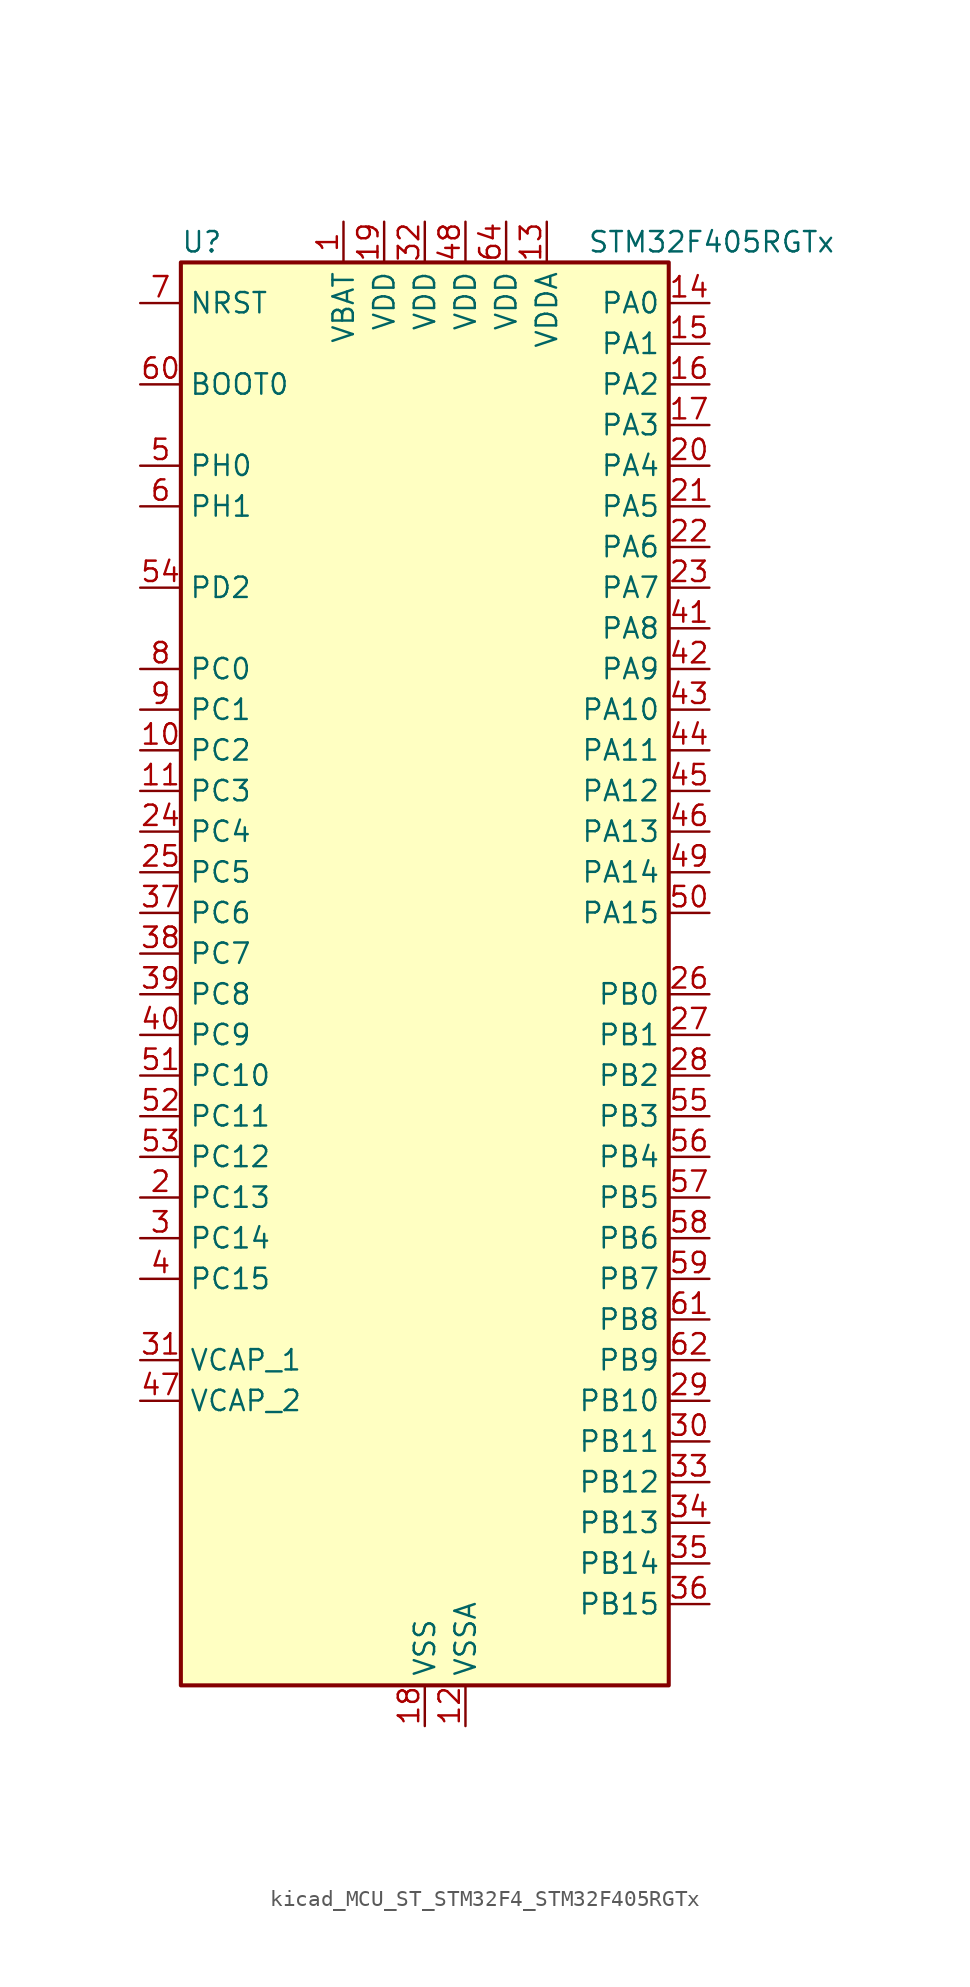
<source format=kicad_sym>
(kicad_symbol_lib
  (version 20220914)
  (generator kicad_symbol_editor)
  (symbol "kicad_MCU_ST_STM32F4_STM32F405RGTx"
    (property "Reference" "U"
      (at -15.24 46.99 0)
      (effects (font (size 1.27 1.27)) (justify left)))
    (property "Value" "STM32F405RGTx"
      (at 10.16 46.99 0)
      (effects (font (size 1.27 1.27)) (justify left)))
    (property "ki_locked" ""
      (at 0 0 0)
      (effects (font (size 1.27 1.27))))
    (symbol "kicad_MCU_ST_STM32F4_STM32F405RGTx_0_1"
      (rectangle (start -15.24 -43.18) (end 15.24 45.72) (stroke (width 0.254) (type default)) (fill (type background))))
    (symbol "kicad_MCU_ST_STM32F4_STM32F405RGTx_1_1"
      (pin power_in line (at -5.08 48.26 270) (length 2.54) (name "VBAT" (effects (font (size 1.27 1.27)))) (number "1" (effects (font (size 1.27 1.27)))))
      (pin bidirectional line (at -17.78 15.24 0) (length 2.54) (name "PC2" (effects (font (size 1.27 1.27)))) (number "10" (effects (font (size 1.27 1.27)))) (alternate "ADC1_IN12" bidirectional line) (alternate "ADC2_IN12" bidirectional line) (alternate "ADC3_IN12" bidirectional line) (alternate "I2S2_ext_SD" bidirectional line) (alternate "SPI2_MISO" bidirectional line) (alternate "USB_OTG_HS_ULPI_DIR" bidirectional line))
      (pin bidirectional line (at -17.78 12.7 0) (length 2.54) (name "PC3" (effects (font (size 1.27 1.27)))) (number "11" (effects (font (size 1.27 1.27)))) (alternate "ADC1_IN13" bidirectional line) (alternate "ADC2_IN13" bidirectional line) (alternate "ADC3_IN13" bidirectional line) (alternate "I2S2_SD" bidirectional line) (alternate "SPI2_MOSI" bidirectional line) (alternate "USB_OTG_HS_ULPI_NXT" bidirectional line))
      (pin power_in line (at 2.54 -45.72 90) (length 2.54) (name "VSSA" (effects (font (size 1.27 1.27)))) (number "12" (effects (font (size 1.27 1.27)))))
      (pin power_in line (at 7.62 48.26 270) (length 2.54) (name "VDDA" (effects (font (size 1.27 1.27)))) (number "13" (effects (font (size 1.27 1.27)))))
      (pin bidirectional line (at 17.78 43.18 180) (length 2.54) (name "PA0" (effects (font (size 1.27 1.27)))) (number "14" (effects (font (size 1.27 1.27)))) (alternate "ADC1_IN0" bidirectional line) (alternate "ADC2_IN0" bidirectional line) (alternate "ADC3_IN0" bidirectional line) (alternate "SYS_WKUP" bidirectional line) (alternate "TIM2_CH1" bidirectional line) (alternate "TIM2_ETR" bidirectional line) (alternate "TIM5_CH1" bidirectional line) (alternate "TIM8_ETR" bidirectional line) (alternate "UART4_TX" bidirectional line) (alternate "USART2_CTS" bidirectional line))
      (pin bidirectional line (at 17.78 40.64 180) (length 2.54) (name "PA1" (effects (font (size 1.27 1.27)))) (number "15" (effects (font (size 1.27 1.27)))) (alternate "ADC1_IN1" bidirectional line) (alternate "ADC2_IN1" bidirectional line) (alternate "ADC3_IN1" bidirectional line) (alternate "TIM2_CH2" bidirectional line) (alternate "TIM5_CH2" bidirectional line) (alternate "UART4_RX" bidirectional line) (alternate "USART2_RTS" bidirectional line))
      (pin bidirectional line (at 17.78 38.1 180) (length 2.54) (name "PA2" (effects (font (size 1.27 1.27)))) (number "16" (effects (font (size 1.27 1.27)))) (alternate "ADC1_IN2" bidirectional line) (alternate "ADC2_IN2" bidirectional line) (alternate "ADC3_IN2" bidirectional line) (alternate "TIM2_CH3" bidirectional line) (alternate "TIM5_CH3" bidirectional line) (alternate "TIM9_CH1" bidirectional line) (alternate "USART2_TX" bidirectional line))
      (pin bidirectional line (at 17.78 35.56 180) (length 2.54) (name "PA3" (effects (font (size 1.27 1.27)))) (number "17" (effects (font (size 1.27 1.27)))) (alternate "ADC1_IN3" bidirectional line) (alternate "ADC2_IN3" bidirectional line) (alternate "ADC3_IN3" bidirectional line) (alternate "TIM2_CH4" bidirectional line) (alternate "TIM5_CH4" bidirectional line) (alternate "TIM9_CH2" bidirectional line) (alternate "USART2_RX" bidirectional line) (alternate "USB_OTG_HS_ULPI_D0" bidirectional line))
      (pin power_in line (at 0 -45.72 90) (length 2.54) (name "VSS" (effects (font (size 1.27 1.27)))) (number "18" (effects (font (size 1.27 1.27)))))
      (pin power_in line (at -2.54 48.26 270) (length 2.54) (name "VDD" (effects (font (size 1.27 1.27)))) (number "19" (effects (font (size 1.27 1.27)))))
      (pin bidirectional line (at -17.78 -12.7 0) (length 2.54) (name "PC13" (effects (font (size 1.27 1.27)))) (number "2" (effects (font (size 1.27 1.27)))) (alternate "RTC_AF1" bidirectional line))
      (pin bidirectional line (at 17.78 33.02 180) (length 2.54) (name "PA4" (effects (font (size 1.27 1.27)))) (number "20" (effects (font (size 1.27 1.27)))) (alternate "ADC1_IN4" bidirectional line) (alternate "ADC2_IN4" bidirectional line) (alternate "DAC_OUT1" bidirectional line) (alternate "I2S3_WS" bidirectional line) (alternate "SPI1_NSS" bidirectional line) (alternate "SPI3_NSS" bidirectional line) (alternate "USART2_CK" bidirectional line) (alternate "USB_OTG_HS_SOF" bidirectional line))
      (pin bidirectional line (at 17.78 30.48 180) (length 2.54) (name "PA5" (effects (font (size 1.27 1.27)))) (number "21" (effects (font (size 1.27 1.27)))) (alternate "ADC1_IN5" bidirectional line) (alternate "ADC2_IN5" bidirectional line) (alternate "DAC_OUT2" bidirectional line) (alternate "SPI1_SCK" bidirectional line) (alternate "TIM2_CH1" bidirectional line) (alternate "TIM2_ETR" bidirectional line) (alternate "TIM8_CH1N" bidirectional line) (alternate "USB_OTG_HS_ULPI_CK" bidirectional line))
      (pin bidirectional line (at 17.78 27.94 180) (length 2.54) (name "PA6" (effects (font (size 1.27 1.27)))) (number "22" (effects (font (size 1.27 1.27)))) (alternate "ADC1_IN6" bidirectional line) (alternate "ADC2_IN6" bidirectional line) (alternate "SPI1_MISO" bidirectional line) (alternate "TIM13_CH1" bidirectional line) (alternate "TIM1_BKIN" bidirectional line) (alternate "TIM3_CH1" bidirectional line) (alternate "TIM8_BKIN" bidirectional line))
      (pin bidirectional line (at 17.78 25.4 180) (length 2.54) (name "PA7" (effects (font (size 1.27 1.27)))) (number "23" (effects (font (size 1.27 1.27)))) (alternate "ADC1_IN7" bidirectional line) (alternate "ADC2_IN7" bidirectional line) (alternate "SPI1_MOSI" bidirectional line) (alternate "TIM14_CH1" bidirectional line) (alternate "TIM1_CH1N" bidirectional line) (alternate "TIM3_CH2" bidirectional line) (alternate "TIM8_CH1N" bidirectional line))
      (pin bidirectional line (at -17.78 10.16 0) (length 2.54) (name "PC4" (effects (font (size 1.27 1.27)))) (number "24" (effects (font (size 1.27 1.27)))) (alternate "ADC1_IN14" bidirectional line) (alternate "ADC2_IN14" bidirectional line))
      (pin bidirectional line (at -17.78 7.62 0) (length 2.54) (name "PC5" (effects (font (size 1.27 1.27)))) (number "25" (effects (font (size 1.27 1.27)))) (alternate "ADC1_IN15" bidirectional line) (alternate "ADC2_IN15" bidirectional line))
      (pin bidirectional line (at 17.78 0 180) (length 2.54) (name "PB0" (effects (font (size 1.27 1.27)))) (number "26" (effects (font (size 1.27 1.27)))) (alternate "ADC1_IN8" bidirectional line) (alternate "ADC2_IN8" bidirectional line) (alternate "TIM1_CH2N" bidirectional line) (alternate "TIM3_CH3" bidirectional line) (alternate "TIM8_CH2N" bidirectional line) (alternate "USB_OTG_HS_ULPI_D1" bidirectional line))
      (pin bidirectional line (at 17.78 -2.54 180) (length 2.54) (name "PB1" (effects (font (size 1.27 1.27)))) (number "27" (effects (font (size 1.27 1.27)))) (alternate "ADC1_IN9" bidirectional line) (alternate "ADC2_IN9" bidirectional line) (alternate "TIM1_CH3N" bidirectional line) (alternate "TIM3_CH4" bidirectional line) (alternate "TIM8_CH3N" bidirectional line) (alternate "USB_OTG_HS_ULPI_D2" bidirectional line))
      (pin bidirectional line (at 17.78 -5.08 180) (length 2.54) (name "PB2" (effects (font (size 1.27 1.27)))) (number "28" (effects (font (size 1.27 1.27)))))
      (pin bidirectional line (at 17.78 -25.4 180) (length 2.54) (name "PB10" (effects (font (size 1.27 1.27)))) (number "29" (effects (font (size 1.27 1.27)))) (alternate "I2C2_SCL" bidirectional line) (alternate "I2S2_CK" bidirectional line) (alternate "SPI2_SCK" bidirectional line) (alternate "TIM2_CH3" bidirectional line) (alternate "USART3_TX" bidirectional line) (alternate "USB_OTG_HS_ULPI_D3" bidirectional line))
      (pin bidirectional line (at -17.78 -15.24 0) (length 2.54) (name "PC14" (effects (font (size 1.27 1.27)))) (number "3" (effects (font (size 1.27 1.27)))) (alternate "RCC_OSC32_IN" bidirectional line))
      (pin bidirectional line (at 17.78 -27.94 180) (length 2.54) (name "PB11" (effects (font (size 1.27 1.27)))) (number "30" (effects (font (size 1.27 1.27)))) (alternate "ADC1_EXTI11" bidirectional line) (alternate "ADC2_EXTI11" bidirectional line) (alternate "ADC3_EXTI11" bidirectional line) (alternate "I2C2_SDA" bidirectional line) (alternate "TIM2_CH4" bidirectional line) (alternate "USART3_RX" bidirectional line) (alternate "USB_OTG_HS_ULPI_D4" bidirectional line))
      (pin power_out line (at -17.78 -22.86 0) (length 2.54) (name "VCAP_1" (effects (font (size 1.27 1.27)))) (number "31" (effects (font (size 1.27 1.27)))))
      (pin power_in line (at 0 48.26 270) (length 2.54) (name "VDD" (effects (font (size 1.27 1.27)))) (number "32" (effects (font (size 1.27 1.27)))))
      (pin bidirectional line (at 17.78 -30.48 180) (length 2.54) (name "PB12" (effects (font (size 1.27 1.27)))) (number "33" (effects (font (size 1.27 1.27)))) (alternate "CAN2_RX" bidirectional line) (alternate "I2C2_SMBA" bidirectional line) (alternate "I2S2_WS" bidirectional line) (alternate "SPI2_NSS" bidirectional line) (alternate "TIM1_BKIN" bidirectional line) (alternate "USART3_CK" bidirectional line) (alternate "USB_OTG_HS_ID" bidirectional line) (alternate "USB_OTG_HS_ULPI_D5" bidirectional line))
      (pin bidirectional line (at 17.78 -33.02 180) (length 2.54) (name "PB13" (effects (font (size 1.27 1.27)))) (number "34" (effects (font (size 1.27 1.27)))) (alternate "CAN2_TX" bidirectional line) (alternate "I2S2_CK" bidirectional line) (alternate "SPI2_SCK" bidirectional line) (alternate "TIM1_CH1N" bidirectional line) (alternate "USART3_CTS" bidirectional line) (alternate "USB_OTG_HS_ULPI_D6" bidirectional line) (alternate "USB_OTG_HS_VBUS" bidirectional line))
      (pin bidirectional line (at 17.78 -35.56 180) (length 2.54) (name "PB14" (effects (font (size 1.27 1.27)))) (number "35" (effects (font (size 1.27 1.27)))) (alternate "I2S2_ext_SD" bidirectional line) (alternate "SPI2_MISO" bidirectional line) (alternate "TIM12_CH1" bidirectional line) (alternate "TIM1_CH2N" bidirectional line) (alternate "TIM8_CH2N" bidirectional line) (alternate "USART3_RTS" bidirectional line) (alternate "USB_OTG_HS_DM" bidirectional line))
      (pin bidirectional line (at 17.78 -38.1 180) (length 2.54) (name "PB15" (effects (font (size 1.27 1.27)))) (number "36" (effects (font (size 1.27 1.27)))) (alternate "ADC1_EXTI15" bidirectional line) (alternate "ADC2_EXTI15" bidirectional line) (alternate "ADC3_EXTI15" bidirectional line) (alternate "I2S2_SD" bidirectional line) (alternate "RTC_REFIN" bidirectional line) (alternate "SPI2_MOSI" bidirectional line) (alternate "TIM12_CH2" bidirectional line) (alternate "TIM1_CH3N" bidirectional line) (alternate "TIM8_CH3N" bidirectional line) (alternate "USB_OTG_HS_DP" bidirectional line))
      (pin bidirectional line (at -17.78 5.08 0) (length 2.54) (name "PC6" (effects (font (size 1.27 1.27)))) (number "37" (effects (font (size 1.27 1.27)))) (alternate "I2S2_MCK" bidirectional line) (alternate "SDIO_D6" bidirectional line) (alternate "TIM3_CH1" bidirectional line) (alternate "TIM8_CH1" bidirectional line) (alternate "USART6_TX" bidirectional line))
      (pin bidirectional line (at -17.78 2.54 0) (length 2.54) (name "PC7" (effects (font (size 1.27 1.27)))) (number "38" (effects (font (size 1.27 1.27)))) (alternate "I2S3_MCK" bidirectional line) (alternate "SDIO_D7" bidirectional line) (alternate "TIM3_CH2" bidirectional line) (alternate "TIM8_CH2" bidirectional line) (alternate "USART6_RX" bidirectional line))
      (pin bidirectional line (at -17.78 0 0) (length 2.54) (name "PC8" (effects (font (size 1.27 1.27)))) (number "39" (effects (font (size 1.27 1.27)))) (alternate "SDIO_D0" bidirectional line) (alternate "TIM3_CH3" bidirectional line) (alternate "TIM8_CH3" bidirectional line) (alternate "USART6_CK" bidirectional line))
      (pin bidirectional line (at -17.78 -17.78 0) (length 2.54) (name "PC15" (effects (font (size 1.27 1.27)))) (number "4" (effects (font (size 1.27 1.27)))) (alternate "ADC1_EXTI15" bidirectional line) (alternate "ADC2_EXTI15" bidirectional line) (alternate "ADC3_EXTI15" bidirectional line) (alternate "RCC_OSC32_OUT" bidirectional line))
      (pin bidirectional line (at -17.78 -2.54 0) (length 2.54) (name "PC9" (effects (font (size 1.27 1.27)))) (number "40" (effects (font (size 1.27 1.27)))) (alternate "DAC_EXTI9" bidirectional line) (alternate "I2C3_SDA" bidirectional line) (alternate "I2S_CKIN" bidirectional line) (alternate "RCC_MCO_2" bidirectional line) (alternate "SDIO_D1" bidirectional line) (alternate "TIM3_CH4" bidirectional line) (alternate "TIM8_CH4" bidirectional line))
      (pin bidirectional line (at 17.78 22.86 180) (length 2.54) (name "PA8" (effects (font (size 1.27 1.27)))) (number "41" (effects (font (size 1.27 1.27)))) (alternate "I2C3_SCL" bidirectional line) (alternate "RCC_MCO_1" bidirectional line) (alternate "TIM1_CH1" bidirectional line) (alternate "USART1_CK" bidirectional line) (alternate "USB_OTG_FS_SOF" bidirectional line))
      (pin bidirectional line (at 17.78 20.32 180) (length 2.54) (name "PA9" (effects (font (size 1.27 1.27)))) (number "42" (effects (font (size 1.27 1.27)))) (alternate "DAC_EXTI9" bidirectional line) (alternate "I2C3_SMBA" bidirectional line) (alternate "TIM1_CH2" bidirectional line) (alternate "USART1_TX" bidirectional line) (alternate "USB_OTG_FS_VBUS" bidirectional line))
      (pin bidirectional line (at 17.78 17.78 180) (length 2.54) (name "PA10" (effects (font (size 1.27 1.27)))) (number "43" (effects (font (size 1.27 1.27)))) (alternate "TIM1_CH3" bidirectional line) (alternate "USART1_RX" bidirectional line) (alternate "USB_OTG_FS_ID" bidirectional line))
      (pin bidirectional line (at 17.78 15.24 180) (length 2.54) (name "PA11" (effects (font (size 1.27 1.27)))) (number "44" (effects (font (size 1.27 1.27)))) (alternate "ADC1_EXTI11" bidirectional line) (alternate "ADC2_EXTI11" bidirectional line) (alternate "ADC3_EXTI11" bidirectional line) (alternate "CAN1_RX" bidirectional line) (alternate "TIM1_CH4" bidirectional line) (alternate "USART1_CTS" bidirectional line) (alternate "USB_OTG_FS_DM" bidirectional line))
      (pin bidirectional line (at 17.78 12.7 180) (length 2.54) (name "PA12" (effects (font (size 1.27 1.27)))) (number "45" (effects (font (size 1.27 1.27)))) (alternate "CAN1_TX" bidirectional line) (alternate "TIM1_ETR" bidirectional line) (alternate "USART1_RTS" bidirectional line) (alternate "USB_OTG_FS_DP" bidirectional line))
      (pin bidirectional line (at 17.78 10.16 180) (length 2.54) (name "PA13" (effects (font (size 1.27 1.27)))) (number "46" (effects (font (size 1.27 1.27)))) (alternate "SYS_JTMS-SWDIO" bidirectional line))
      (pin power_out line (at -17.78 -25.4 0) (length 2.54) (name "VCAP_2" (effects (font (size 1.27 1.27)))) (number "47" (effects (font (size 1.27 1.27)))))
      (pin power_in line (at 2.54 48.26 270) (length 2.54) (name "VDD" (effects (font (size 1.27 1.27)))) (number "48" (effects (font (size 1.27 1.27)))))
      (pin bidirectional line (at 17.78 7.62 180) (length 2.54) (name "PA14" (effects (font (size 1.27 1.27)))) (number "49" (effects (font (size 1.27 1.27)))) (alternate "SYS_JTCK-SWCLK" bidirectional line))
      (pin bidirectional line (at -17.78 33.02 0) (length 2.54) (name "PH0" (effects (font (size 1.27 1.27)))) (number "5" (effects (font (size 1.27 1.27)))) (alternate "RCC_OSC_IN" bidirectional line))
      (pin bidirectional line (at 17.78 5.08 180) (length 2.54) (name "PA15" (effects (font (size 1.27 1.27)))) (number "50" (effects (font (size 1.27 1.27)))) (alternate "ADC1_EXTI15" bidirectional line) (alternate "ADC2_EXTI15" bidirectional line) (alternate "ADC3_EXTI15" bidirectional line) (alternate "I2S3_WS" bidirectional line) (alternate "SPI1_NSS" bidirectional line) (alternate "SPI3_NSS" bidirectional line) (alternate "SYS_JTDI" bidirectional line) (alternate "TIM2_CH1" bidirectional line) (alternate "TIM2_ETR" bidirectional line))
      (pin bidirectional line (at -17.78 -5.08 0) (length 2.54) (name "PC10" (effects (font (size 1.27 1.27)))) (number "51" (effects (font (size 1.27 1.27)))) (alternate "I2S3_CK" bidirectional line) (alternate "SDIO_D2" bidirectional line) (alternate "SPI3_SCK" bidirectional line) (alternate "UART4_TX" bidirectional line) (alternate "USART3_TX" bidirectional line))
      (pin bidirectional line (at -17.78 -7.62 0) (length 2.54) (name "PC11" (effects (font (size 1.27 1.27)))) (number "52" (effects (font (size 1.27 1.27)))) (alternate "ADC1_EXTI11" bidirectional line) (alternate "ADC2_EXTI11" bidirectional line) (alternate "ADC3_EXTI11" bidirectional line) (alternate "I2S3_ext_SD" bidirectional line) (alternate "SDIO_D3" bidirectional line) (alternate "SPI3_MISO" bidirectional line) (alternate "UART4_RX" bidirectional line) (alternate "USART3_RX" bidirectional line))
      (pin bidirectional line (at -17.78 -10.16 0) (length 2.54) (name "PC12" (effects (font (size 1.27 1.27)))) (number "53" (effects (font (size 1.27 1.27)))) (alternate "I2S3_SD" bidirectional line) (alternate "SDIO_CK" bidirectional line) (alternate "SPI3_MOSI" bidirectional line) (alternate "UART5_TX" bidirectional line) (alternate "USART3_CK" bidirectional line))
      (pin bidirectional line (at -17.78 25.4 0) (length 2.54) (name "PD2" (effects (font (size 1.27 1.27)))) (number "54" (effects (font (size 1.27 1.27)))) (alternate "SDIO_CMD" bidirectional line) (alternate "TIM3_ETR" bidirectional line) (alternate "UART5_RX" bidirectional line))
      (pin bidirectional line (at 17.78 -7.62 180) (length 2.54) (name "PB3" (effects (font (size 1.27 1.27)))) (number "55" (effects (font (size 1.27 1.27)))) (alternate "I2S3_CK" bidirectional line) (alternate "SPI1_SCK" bidirectional line) (alternate "SPI3_SCK" bidirectional line) (alternate "SYS_JTDO-SWO" bidirectional line) (alternate "TIM2_CH2" bidirectional line))
      (pin bidirectional line (at 17.78 -10.16 180) (length 2.54) (name "PB4" (effects (font (size 1.27 1.27)))) (number "56" (effects (font (size 1.27 1.27)))) (alternate "I2S3_ext_SD" bidirectional line) (alternate "SPI1_MISO" bidirectional line) (alternate "SPI3_MISO" bidirectional line) (alternate "SYS_JTRST" bidirectional line) (alternate "TIM3_CH1" bidirectional line))
      (pin bidirectional line (at 17.78 -12.7 180) (length 2.54) (name "PB5" (effects (font (size 1.27 1.27)))) (number "57" (effects (font (size 1.27 1.27)))) (alternate "CAN2_RX" bidirectional line) (alternate "I2C1_SMBA" bidirectional line) (alternate "I2S3_SD" bidirectional line) (alternate "SPI1_MOSI" bidirectional line) (alternate "SPI3_MOSI" bidirectional line) (alternate "TIM3_CH2" bidirectional line) (alternate "USB_OTG_HS_ULPI_D7" bidirectional line))
      (pin bidirectional line (at 17.78 -15.24 180) (length 2.54) (name "PB6" (effects (font (size 1.27 1.27)))) (number "58" (effects (font (size 1.27 1.27)))) (alternate "CAN2_TX" bidirectional line) (alternate "I2C1_SCL" bidirectional line) (alternate "TIM4_CH1" bidirectional line) (alternate "USART1_TX" bidirectional line))
      (pin bidirectional line (at 17.78 -17.78 180) (length 2.54) (name "PB7" (effects (font (size 1.27 1.27)))) (number "59" (effects (font (size 1.27 1.27)))) (alternate "I2C1_SDA" bidirectional line) (alternate "TIM4_CH2" bidirectional line) (alternate "USART1_RX" bidirectional line))
      (pin bidirectional line (at -17.78 30.48 0) (length 2.54) (name "PH1" (effects (font (size 1.27 1.27)))) (number "6" (effects (font (size 1.27 1.27)))) (alternate "RCC_OSC_OUT" bidirectional line))
      (pin input line (at -17.78 38.1 0) (length 2.54) (name "BOOT0" (effects (font (size 1.27 1.27)))) (number "60" (effects (font (size 1.27 1.27)))))
      (pin bidirectional line (at 17.78 -20.32 180) (length 2.54) (name "PB8" (effects (font (size 1.27 1.27)))) (number "61" (effects (font (size 1.27 1.27)))) (alternate "CAN1_RX" bidirectional line) (alternate "I2C1_SCL" bidirectional line) (alternate "SDIO_D4" bidirectional line) (alternate "TIM10_CH1" bidirectional line) (alternate "TIM4_CH3" bidirectional line))
      (pin bidirectional line (at 17.78 -22.86 180) (length 2.54) (name "PB9" (effects (font (size 1.27 1.27)))) (number "62" (effects (font (size 1.27 1.27)))) (alternate "CAN1_TX" bidirectional line) (alternate "DAC_EXTI9" bidirectional line) (alternate "I2C1_SDA" bidirectional line) (alternate "I2S2_WS" bidirectional line) (alternate "SDIO_D5" bidirectional line) (alternate "SPI2_NSS" bidirectional line) (alternate "TIM11_CH1" bidirectional line) (alternate "TIM4_CH4" bidirectional line))
      (pin passive line (at 0 -45.72 90) (length 2.54) hide (name "VSS" (effects (font (size 1.27 1.27)))) (number "63" (effects (font (size 1.27 1.27)))))
      (pin power_in line (at 5.08 48.26 270) (length 2.54) (name "VDD" (effects (font (size 1.27 1.27)))) (number "64" (effects (font (size 1.27 1.27)))))
      (pin input line (at -17.78 43.18 0) (length 2.54) (name "NRST" (effects (font (size 1.27 1.27)))) (number "7" (effects (font (size 1.27 1.27)))))
      (pin bidirectional line (at -17.78 20.32 0) (length 2.54) (name "PC0" (effects (font (size 1.27 1.27)))) (number "8" (effects (font (size 1.27 1.27)))) (alternate "ADC1_IN10" bidirectional line) (alternate "ADC2_IN10" bidirectional line) (alternate "ADC3_IN10" bidirectional line) (alternate "USB_OTG_HS_ULPI_STP" bidirectional line))
      (pin bidirectional line (at -17.78 17.78 0) (length 2.54) (name "PC1" (effects (font (size 1.27 1.27)))) (number "9" (effects (font (size 1.27 1.27)))) (alternate "ADC1_IN11" bidirectional line) (alternate "ADC2_IN11" bidirectional line) (alternate "ADC3_IN11" bidirectional line)))))
</source>
